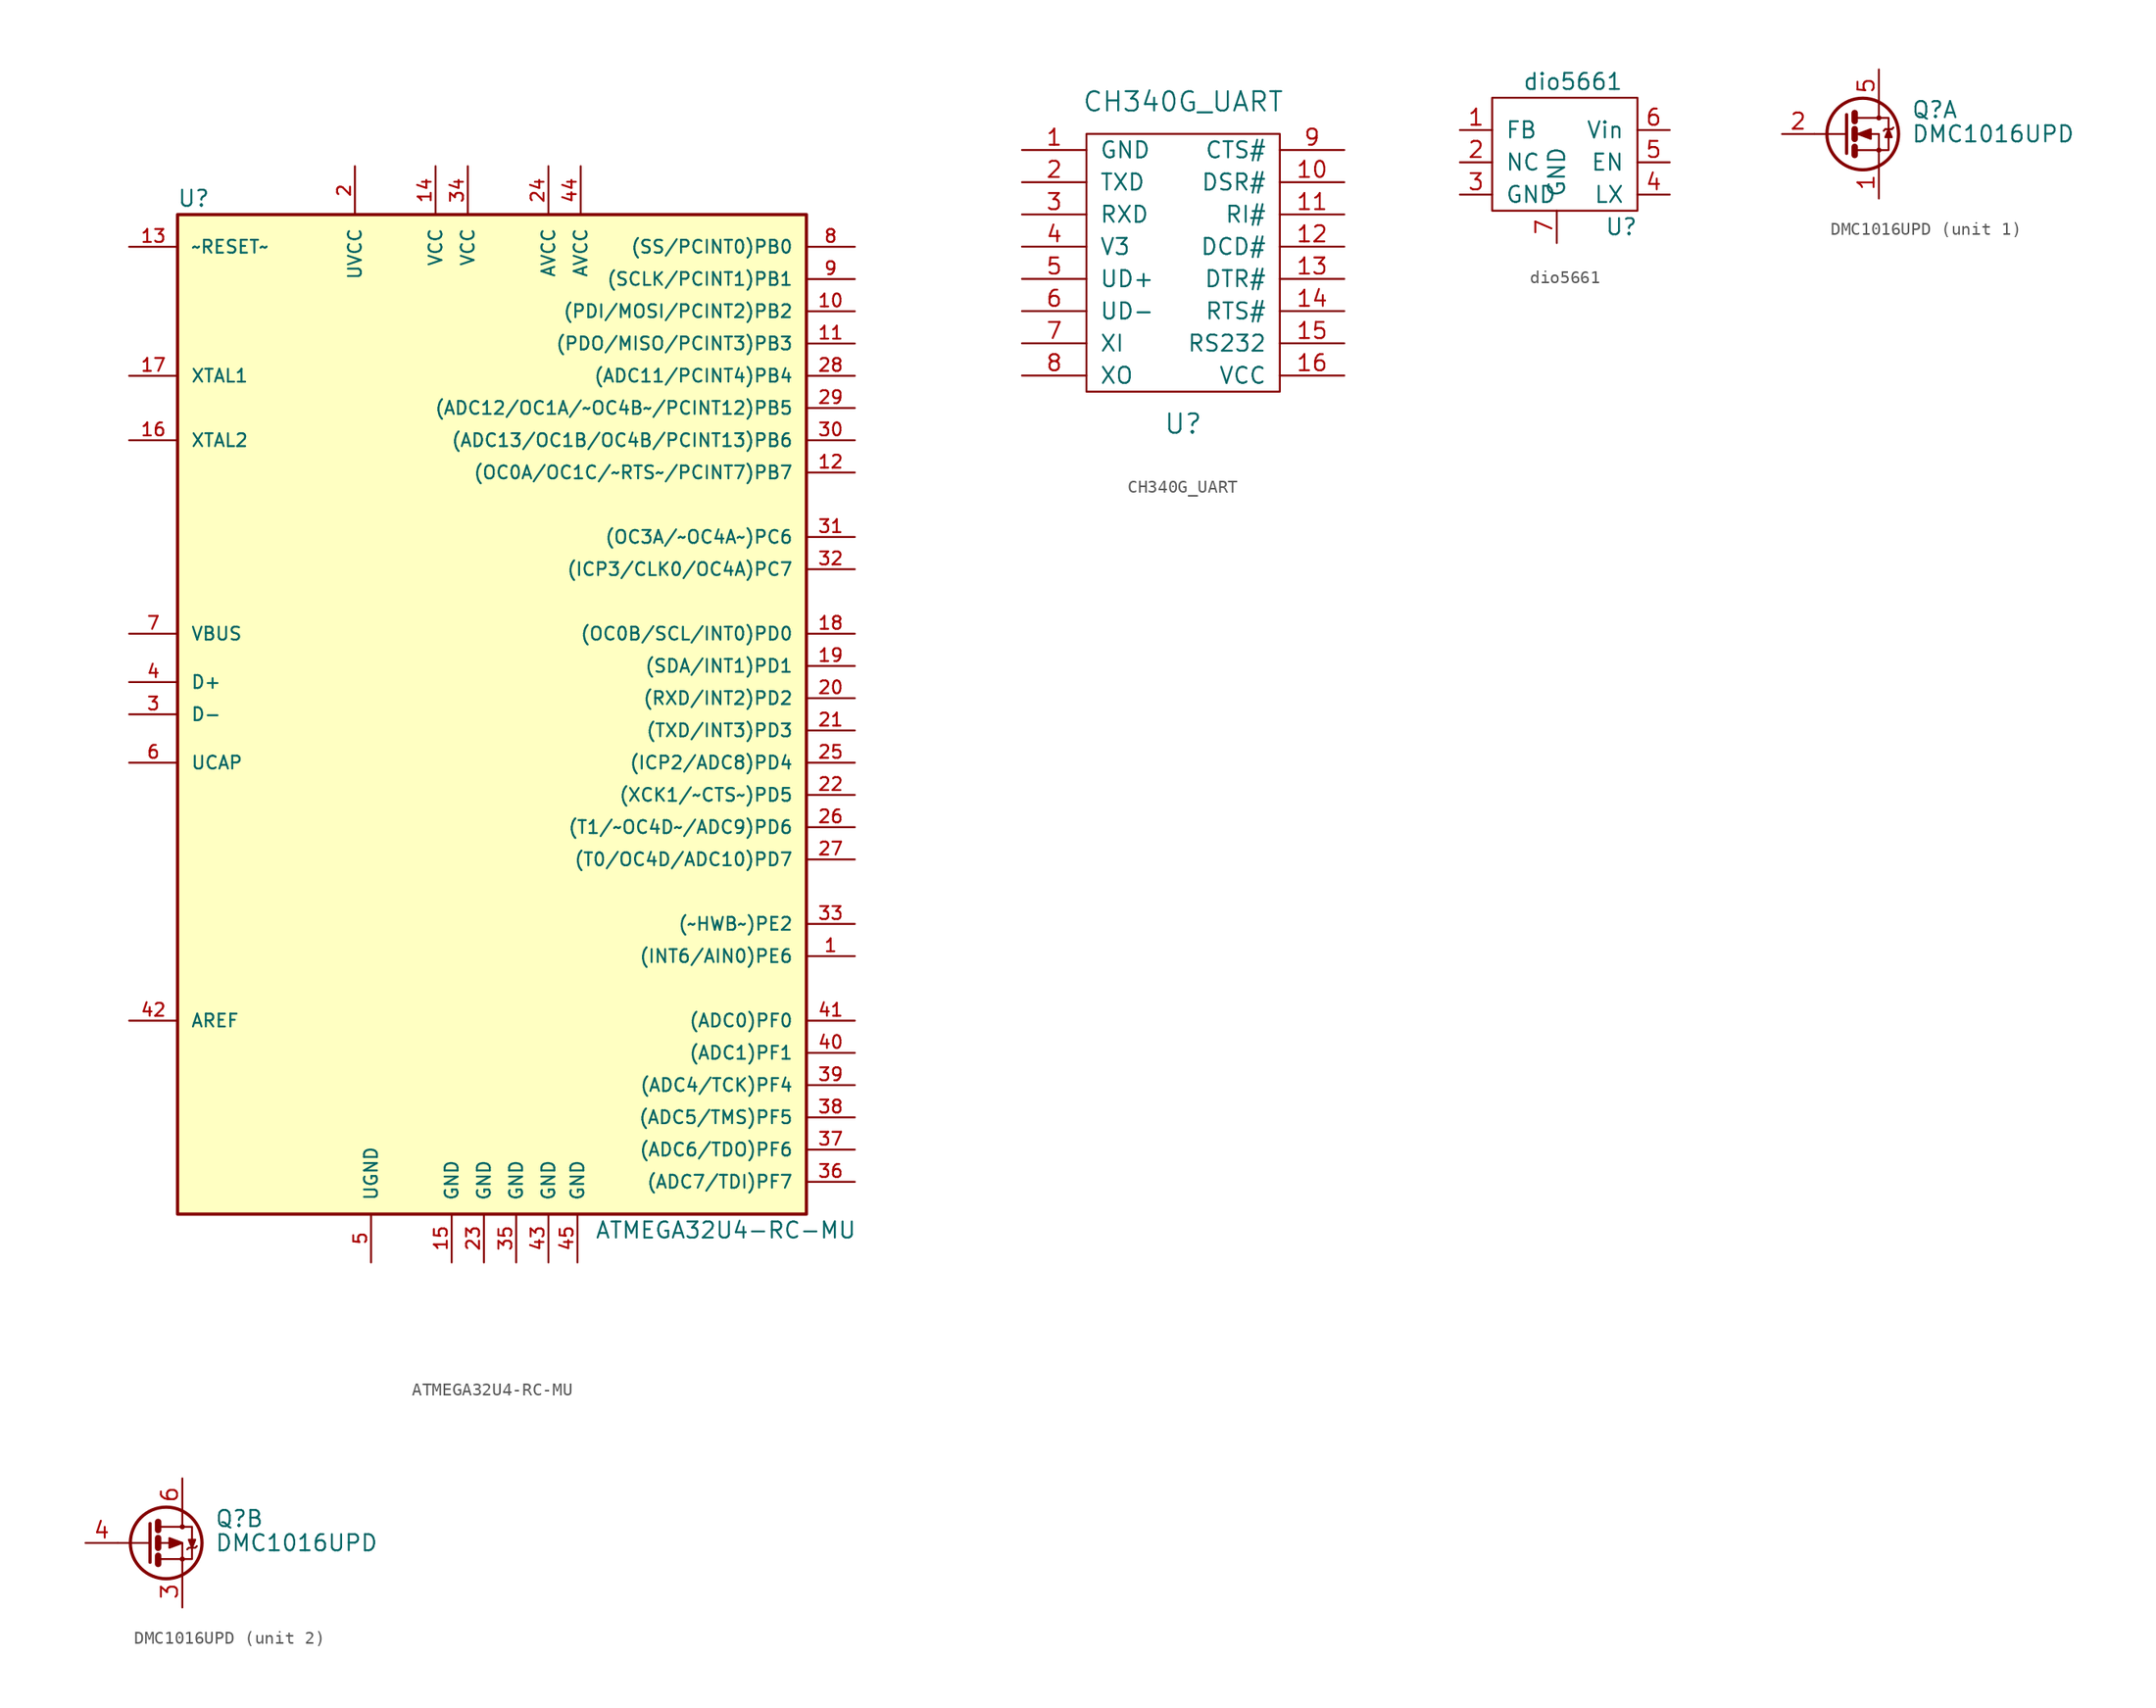
<source format=kicad_sym>
(kicad_symbol_lib
  (version 20210619)
  (generator kicad_symbol_editor)
  (symbol "nicos-parts:ATMEGA32U4-RC-MU"
    (pin_names
      (offset 1.016))
    (property "Reference" "U"
      (at -24.13 43.18 0)
      (effects (font (size 1.27 1.27))))
    (property "Value" "ATMEGA32U4-RC-MU"
      (at 17.78 -38.1 0)
      (effects (font (size 1.27 1.27))))
    (symbol "ATMEGA32U4-RC-MU_0_1"
      (rectangle (start -25.4 41.91) (end 24.13 -36.83) (stroke (width 0.254)) (fill (type background))))
    (symbol "ATMEGA32U4-RC-MU_1_1"
      (pin bidirectional line (at 27.94 -16.51 180) (length 3.81) (name "(INT6/AIN0)PE6" (effects (font (size 1.016 1.016)))) (number "1" (effects (font (size 1.016 1.016)))))
      (pin bidirectional line (at 27.94 34.29 180) (length 3.81) (name "(PDI/MOSI/PCINT2)PB2" (effects (font (size 1.016 1.016)))) (number "10" (effects (font (size 1.016 1.016)))))
      (pin bidirectional line (at 27.94 31.75 180) (length 3.81) (name "(PDO/MISO/PCINT3)PB3" (effects (font (size 1.016 1.016)))) (number "11" (effects (font (size 1.016 1.016)))))
      (pin bidirectional line (at 27.94 21.59 180) (length 3.81) (name "(OC0A/OC1C/~RTS~/PCINT7)PB7" (effects (font (size 1.016 1.016)))) (number "12" (effects (font (size 1.016 1.016)))))
      (pin input line (at -29.21 39.37 0) (length 3.81) (name "~RESET~" (effects (font (size 1.016 1.016)))) (number "13" (effects (font (size 1.016 1.016)))))
      (pin power_in line (at -5.08 45.72 270) (length 3.81) (name "VCC" (effects (font (size 1.016 1.016)))) (number "14" (effects (font (size 1.016 1.016)))))
      (pin power_in line (at -3.81 -40.64 90) (length 3.81) (name "GND" (effects (font (size 1.016 1.016)))) (number "15" (effects (font (size 1.016 1.016)))))
      (pin output line (at -29.21 24.13 0) (length 3.81) (name "XTAL2" (effects (font (size 1.016 1.016)))) (number "16" (effects (font (size 1.016 1.016)))))
      (pin input line (at -29.21 29.21 0) (length 3.81) (name "XTAL1" (effects (font (size 1.016 1.016)))) (number "17" (effects (font (size 1.016 1.016)))))
      (pin bidirectional line (at 27.94 8.89 180) (length 3.81) (name "(OC0B/SCL/INT0)PD0" (effects (font (size 1.016 1.016)))) (number "18" (effects (font (size 1.016 1.016)))))
      (pin bidirectional line (at 27.94 6.35 180) (length 3.81) (name "(SDA/INT1)PD1" (effects (font (size 1.016 1.016)))) (number "19" (effects (font (size 1.016 1.016)))))
      (pin power_in line (at -11.43 45.72 270) (length 3.81) (name "UVCC" (effects (font (size 1.016 1.016)))) (number "2" (effects (font (size 1.016 1.016)))))
      (pin bidirectional line (at 27.94 3.81 180) (length 3.81) (name "(RXD/INT2)PD2" (effects (font (size 1.016 1.016)))) (number "20" (effects (font (size 1.016 1.016)))))
      (pin bidirectional line (at 27.94 1.27 180) (length 3.81) (name "(TXD/INT3)PD3" (effects (font (size 1.016 1.016)))) (number "21" (effects (font (size 1.016 1.016)))))
      (pin bidirectional line (at 27.94 -3.81 180) (length 3.81) (name "(XCK1/~CTS~)PD5" (effects (font (size 1.016 1.016)))) (number "22" (effects (font (size 1.016 1.016)))))
      (pin power_in line (at -1.27 -40.64 90) (length 3.81) (name "GND" (effects (font (size 1.016 1.016)))) (number "23" (effects (font (size 1.016 1.016)))))
      (pin power_in line (at 3.81 45.72 270) (length 3.81) (name "AVCC" (effects (font (size 1.016 1.016)))) (number "24" (effects (font (size 1.016 1.016)))))
      (pin bidirectional line (at 27.94 -1.27 180) (length 3.81) (name "(ICP2/ADC8)PD4" (effects (font (size 1.016 1.016)))) (number "25" (effects (font (size 1.016 1.016)))))
      (pin bidirectional line (at 27.94 -6.35 180) (length 3.81) (name "(T1/~OC4D~/ADC9)PD6" (effects (font (size 1.016 1.016)))) (number "26" (effects (font (size 1.016 1.016)))))
      (pin bidirectional line (at 27.94 -8.89 180) (length 3.81) (name "(T0/OC4D/ADC10)PD7" (effects (font (size 1.016 1.016)))) (number "27" (effects (font (size 1.016 1.016)))))
      (pin bidirectional line (at 27.94 29.21 180) (length 3.81) (name "(ADC11/PCINT4)PB4" (effects (font (size 1.016 1.016)))) (number "28" (effects (font (size 1.016 1.016)))))
      (pin bidirectional line (at 27.94 26.67 180) (length 3.81) (name "(ADC12/OC1A/~OC4B~/PCINT12)PB5" (effects (font (size 1.016 1.016)))) (number "29" (effects (font (size 1.016 1.016)))))
      (pin bidirectional line (at -29.21 2.54 0) (length 3.81) (name "D-" (effects (font (size 1.016 1.016)))) (number "3" (effects (font (size 1.016 1.016)))))
      (pin bidirectional line (at 27.94 24.13 180) (length 3.81) (name "(ADC13/OC1B/OC4B/PCINT13)PB6" (effects (font (size 1.016 1.016)))) (number "30" (effects (font (size 1.016 1.016)))))
      (pin bidirectional line (at 27.94 16.51 180) (length 3.81) (name "(OC3A/~OC4A~)PC6" (effects (font (size 1.016 1.016)))) (number "31" (effects (font (size 1.016 1.016)))))
      (pin bidirectional line (at 27.94 13.97 180) (length 3.81) (name "(ICP3/CLK0/OC4A)PC7" (effects (font (size 1.016 1.016)))) (number "32" (effects (font (size 1.016 1.016)))))
      (pin bidirectional line (at 27.94 -13.97 180) (length 3.81) (name "(~HWB~)PE2" (effects (font (size 1.016 1.016)))) (number "33" (effects (font (size 1.016 1.016)))))
      (pin power_in line (at -2.54 45.72 270) (length 3.81) (name "VCC" (effects (font (size 1.016 1.016)))) (number "34" (effects (font (size 1.016 1.016)))))
      (pin power_in line (at 1.27 -40.64 90) (length 3.81) (name "GND" (effects (font (size 1.016 1.016)))) (number "35" (effects (font (size 1.016 1.016)))))
      (pin bidirectional line (at 27.94 -34.29 180) (length 3.81) (name "(ADC7/TDI)PF7" (effects (font (size 1.016 1.016)))) (number "36" (effects (font (size 1.016 1.016)))))
      (pin bidirectional line (at 27.94 -31.75 180) (length 3.81) (name "(ADC6/TDO)PF6" (effects (font (size 1.016 1.016)))) (number "37" (effects (font (size 1.016 1.016)))))
      (pin bidirectional line (at 27.94 -29.21 180) (length 3.81) (name "(ADC5/TMS)PF5" (effects (font (size 1.016 1.016)))) (number "38" (effects (font (size 1.016 1.016)))))
      (pin bidirectional line (at 27.94 -26.67 180) (length 3.81) (name "(ADC4/TCK)PF4" (effects (font (size 1.016 1.016)))) (number "39" (effects (font (size 1.016 1.016)))))
      (pin bidirectional line (at -29.21 5.08 0) (length 3.81) (name "D+" (effects (font (size 1.016 1.016)))) (number "4" (effects (font (size 1.016 1.016)))))
      (pin bidirectional line (at 27.94 -24.13 180) (length 3.81) (name "(ADC1)PF1" (effects (font (size 1.016 1.016)))) (number "40" (effects (font (size 1.016 1.016)))))
      (pin bidirectional line (at 27.94 -21.59 180) (length 3.81) (name "(ADC0)PF0" (effects (font (size 1.016 1.016)))) (number "41" (effects (font (size 1.016 1.016)))))
      (pin passive line (at -29.21 -21.59 0) (length 3.81) (name "AREF" (effects (font (size 1.016 1.016)))) (number "42" (effects (font (size 1.016 1.016)))))
      (pin power_in line (at 3.81 -40.64 90) (length 3.81) (name "GND" (effects (font (size 1.016 1.016)))) (number "43" (effects (font (size 1.016 1.016)))))
      (pin power_in line (at 6.35 45.72 270) (length 3.81) (name "AVCC" (effects (font (size 1.016 1.016)))) (number "44" (effects (font (size 1.016 1.016)))))
      (pin power_in line (at 6.096 -40.64 90) (length 3.81) (name "GND" (effects (font (size 1.016 1.016)))) (number "45" (effects (font (size 1.016 1.016)))))
      (pin passive line (at -10.16 -40.64 90) (length 3.81) (name "UGND" (effects (font (size 1.016 1.016)))) (number "5" (effects (font (size 1.016 1.016)))))
      (pin passive line (at -29.21 -1.27 0) (length 3.81) (name "UCAP" (effects (font (size 1.016 1.016)))) (number "6" (effects (font (size 1.016 1.016)))))
      (pin passive line (at -29.21 8.89 0) (length 3.81) (name "VBUS" (effects (font (size 1.016 1.016)))) (number "7" (effects (font (size 1.016 1.016)))))
      (pin bidirectional line (at 27.94 39.37 180) (length 3.81) (name "(SS/PCINT0)PB0" (effects (font (size 1.016 1.016)))) (number "8" (effects (font (size 1.016 1.016)))))
      (pin bidirectional line (at 27.94 36.83 180) (length 3.81) (name "(SCLK/PCINT1)PB1" (effects (font (size 1.016 1.016)))) (number "9" (effects (font (size 1.016 1.016)))))))
  (symbol "nicos-parts:CH340G_UART"
    (pin_names
      (offset 1.016))
    (property "Reference" "U"
      (at 0 -12.7 0)
      (effects (font (size 1.524 1.524))))
    (property "Value" "CH340G_UART"
      (at 0 12.7 0)
      (effects (font (size 1.524 1.524))))
    (symbol "CH340G_UART_0_1"
      (rectangle (start -7.62 10.16) (end 7.62 -10.16) (stroke (width 0)) (fill (type none))))
    (symbol "CH340G_UART_1_1"
      (pin input line (at -12.7 8.89 0) (length 5.08) (name "GND" (effects (font (size 1.27 1.27)))) (number "1" (effects (font (size 1.27 1.27)))))
      (pin input line (at 12.7 6.35 180) (length 5.08) (name "DSR#" (effects (font (size 1.27 1.27)))) (number "10" (effects (font (size 1.27 1.27)))))
      (pin input line (at 12.7 3.81 180) (length 5.08) (name "RI#" (effects (font (size 1.27 1.27)))) (number "11" (effects (font (size 1.27 1.27)))))
      (pin input line (at 12.7 1.27 180) (length 5.08) (name "DCD#" (effects (font (size 1.27 1.27)))) (number "12" (effects (font (size 1.27 1.27)))))
      (pin input line (at 12.7 -1.27 180) (length 5.08) (name "DTR#" (effects (font (size 1.27 1.27)))) (number "13" (effects (font (size 1.27 1.27)))))
      (pin input line (at 12.7 -3.81 180) (length 5.08) (name "RTS#" (effects (font (size 1.27 1.27)))) (number "14" (effects (font (size 1.27 1.27)))))
      (pin input line (at 12.7 -6.35 180) (length 5.08) (name "RS232" (effects (font (size 1.27 1.27)))) (number "15" (effects (font (size 1.27 1.27)))))
      (pin input line (at 12.7 -8.89 180) (length 5.08) (name "VCC" (effects (font (size 1.27 1.27)))) (number "16" (effects (font (size 1.27 1.27)))))
      (pin input line (at -12.7 6.35 0) (length 5.08) (name "TXD" (effects (font (size 1.27 1.27)))) (number "2" (effects (font (size 1.27 1.27)))))
      (pin input line (at -12.7 3.81 0) (length 5.08) (name "RXD" (effects (font (size 1.27 1.27)))) (number "3" (effects (font (size 1.27 1.27)))))
      (pin input line (at -12.7 1.27 0) (length 5.08) (name "V3" (effects (font (size 1.27 1.27)))) (number "4" (effects (font (size 1.27 1.27)))))
      (pin input line (at -12.7 -1.27 0) (length 5.08) (name "UD+" (effects (font (size 1.27 1.27)))) (number "5" (effects (font (size 1.27 1.27)))))
      (pin input line (at -12.7 -3.81 0) (length 5.08) (name "UD-" (effects (font (size 1.27 1.27)))) (number "6" (effects (font (size 1.27 1.27)))))
      (pin input line (at -12.7 -6.35 0) (length 5.08) (name "XI" (effects (font (size 1.27 1.27)))) (number "7" (effects (font (size 1.27 1.27)))))
      (pin input line (at -12.7 -8.89 0) (length 5.08) (name "XO" (effects (font (size 1.27 1.27)))) (number "8" (effects (font (size 1.27 1.27)))))
      (pin input line (at 12.7 8.89 180) (length 5.08) (name "CTS#" (effects (font (size 1.27 1.27)))) (number "9" (effects (font (size 1.27 1.27)))))))
  (symbol "nicos-parts:dio5661"
    (pin_names
      (offset 1.016))
    (property "Reference" "U"
      (at 3.81 -5.08 0)
      (effects (font (size 1.27 1.27))))
    (property "Value" "dio5661"
      (at 0 6.35 0)
      (effects (font (size 1.27 1.27))))
    (symbol "dio5661_0_1"
      (rectangle (start -6.35 5.08) (end 5.08 -3.81) (stroke (width 0)) (fill (type none))))
    (symbol "dio5661_1_1"
      (pin passive line (at -8.89 2.54 0) (length 2.54) (name "FB" (effects (font (size 1.27 1.27)))) (number "1" (effects (font (size 1.27 1.27)))))
      (pin passive line (at -8.89 0 0) (length 2.54) (name "NC" (effects (font (size 1.27 1.27)))) (number "2" (effects (font (size 1.27 1.27)))))
      (pin passive line (at -8.89 -2.54 0) (length 2.54) (name "GND" (effects (font (size 1.27 1.27)))) (number "3" (effects (font (size 1.27 1.27)))))
      (pin passive line (at 7.62 -2.54 180) (length 2.54) (name "LX" (effects (font (size 1.27 1.27)))) (number "4" (effects (font (size 1.27 1.27)))))
      (pin passive line (at 7.62 0 180) (length 2.54) (name "EN" (effects (font (size 1.27 1.27)))) (number "5" (effects (font (size 1.27 1.27)))))
      (pin passive line (at 7.62 2.54 180) (length 2.54) (name "Vin" (effects (font (size 1.27 1.27)))) (number "6" (effects (font (size 1.27 1.27)))))
      (pin passive line (at -1.27 -6.35 90) (length 2.54) (name "GND" (effects (font (size 1.27 1.27)))) (number "7" (effects (font (size 1.27 1.27)))))))
  (symbol "nicos-parts:DMC1016UPD"
    (pin_names
      (offset 0) hide)
    (property "Reference" "Q"
      (at 5.08 1.905 0)
      (effects (font (size 1.27 1.27)) (justify left)))
    (property "Value" "DMC1016UPD"
      (at 5.08 0 0)
      (effects (font (size 1.27 1.27)) (justify left)))
    (property "ki_locked" ""
      (at 0 0 0)
      (effects (font (size 1.27 1.27))))
    (symbol "DMC1016UPD_0_1"
      (circle (center 1.27 0) (radius 2.819) (stroke (width 0.254)) (fill (type none)))
      (circle (center 2.54 -1.27) (radius 0.127) (stroke (width 0)) (fill (type none)))
      (circle (center 2.54 1.27) (radius 0.127) (stroke (width 0)) (fill (type none)))
      (polyline (pts (xy 0 0) (xy -2.54 0)) (stroke (width 0)) (fill (type none)))
      (polyline (pts (xy 0.635 -1.016) (xy 0.635 -1.651)) (stroke (width 0.508)) (fill (type none)))
      (polyline (pts (xy 0.635 0.381) (xy 0.635 -0.381)) (stroke (width 0.508)) (fill (type none)))
      (polyline (pts (xy 0.635 1.651) (xy 0.635 1.016)) (stroke (width 0.508)) (fill (type none)))
      (polyline (pts (xy 0 1.524) (xy 0 -1.524) (xy 0 -1.524)) (stroke (width 0.254)) (fill (type none)))
      (polyline (pts (xy 0.762 -1.27) (xy 2.54 -1.27) (xy 2.54 -2.54) (xy 2.54 -2.54)) (stroke (width 0)) (fill (type none)))
      (polyline (pts (xy 0.762 1.27) (xy 2.54 1.27) (xy 2.54 2.54) (xy 2.54 2.54)) (stroke (width 0)) (fill (type none)))
      (polyline (pts (xy 2.54 1.27) (xy 3.302 1.27) (xy 3.302 -1.27) (xy 2.54 -1.27)) (stroke (width 0)) (fill (type none)))
      (polyline (pts (xy 0.762 0) (xy 1.27 0) (xy 2.54 0) (xy 2.54 -1.27) (xy 2.54 -1.27)) (stroke (width 0)) (fill (type none))))
    (symbol "DMC1016UPD_1_1"
      (polyline (pts (xy 3.048 0.381) (xy 2.921 0.254)) (stroke (width 0)) (fill (type none)))
      (polyline (pts (xy 3.048 0.381) (xy 3.556 0.381)) (stroke (width 0)) (fill (type none)))
      (polyline (pts (xy 3.556 0.381) (xy 3.683 0.508)) (stroke (width 0)) (fill (type none)))
      (polyline (pts (xy 3.302 0.381) (xy 3.048 -0.254) (xy 3.556 -0.254) (xy 3.302 0.381)) (stroke (width 0)) (fill (type outline)))
      (polyline (pts (xy 0.889 0) (xy 1.905 0.381) (xy 1.905 -0.381) (xy 0.889 0) (xy 1.016 0) (xy 1.016 0)) (stroke (width 0)) (fill (type outline)))
      (pin passive line (at 2.54 -5.08 90) (length 2.54) (name "S" (effects (font (size 1.27 1.27)))) (number "1" (effects (font (size 1.27 1.27)))))
      (pin input line (at -5.08 0 0) (length 2.54) (name "G" (effects (font (size 1.27 1.27)))) (number "2" (effects (font (size 1.27 1.27)))))
      (pin passive line (at 2.54 5.08 270) (length 2.54) (name "D" (effects (font (size 1.27 1.27)))) (number "5" (effects (font (size 1.27 1.27))))))
    (symbol "DMC1016UPD_2_1"
      (polyline (pts (xy 2.921 -0.508) (xy 3.048 -0.381) (xy 3.556 -0.381) (xy 3.683 -0.254)) (stroke (width 0)) (fill (type none)))
      (polyline (pts (xy 2.54 0) (xy 1.524 0.381) (xy 1.524 -0.381) (xy 2.54 0)) (stroke (width 0)) (fill (type outline)))
      (polyline (pts (xy 3.302 -0.381) (xy 3.048 0.254) (xy 3.556 0.254) (xy 3.302 -0.381)) (stroke (width 0)) (fill (type outline)))
      (pin passive line (at 2.54 -5.08 90) (length 2.54) (name "1" (effects (font (size 1.27 1.27)))) (number "3" (effects (font (size 1.27 1.27)))))
      (pin input line (at -5.08 0 0) (length 2.54) (name "G" (effects (font (size 1.27 1.27)))) (number "4" (effects (font (size 1.27 1.27)))))
      (pin passive line (at 2.54 5.08 270) (length 2.54) (name "D" (effects (font (size 1.27 1.27)))) (number "6" (effects (font (size 1.27 1.27))))))))
</source>
